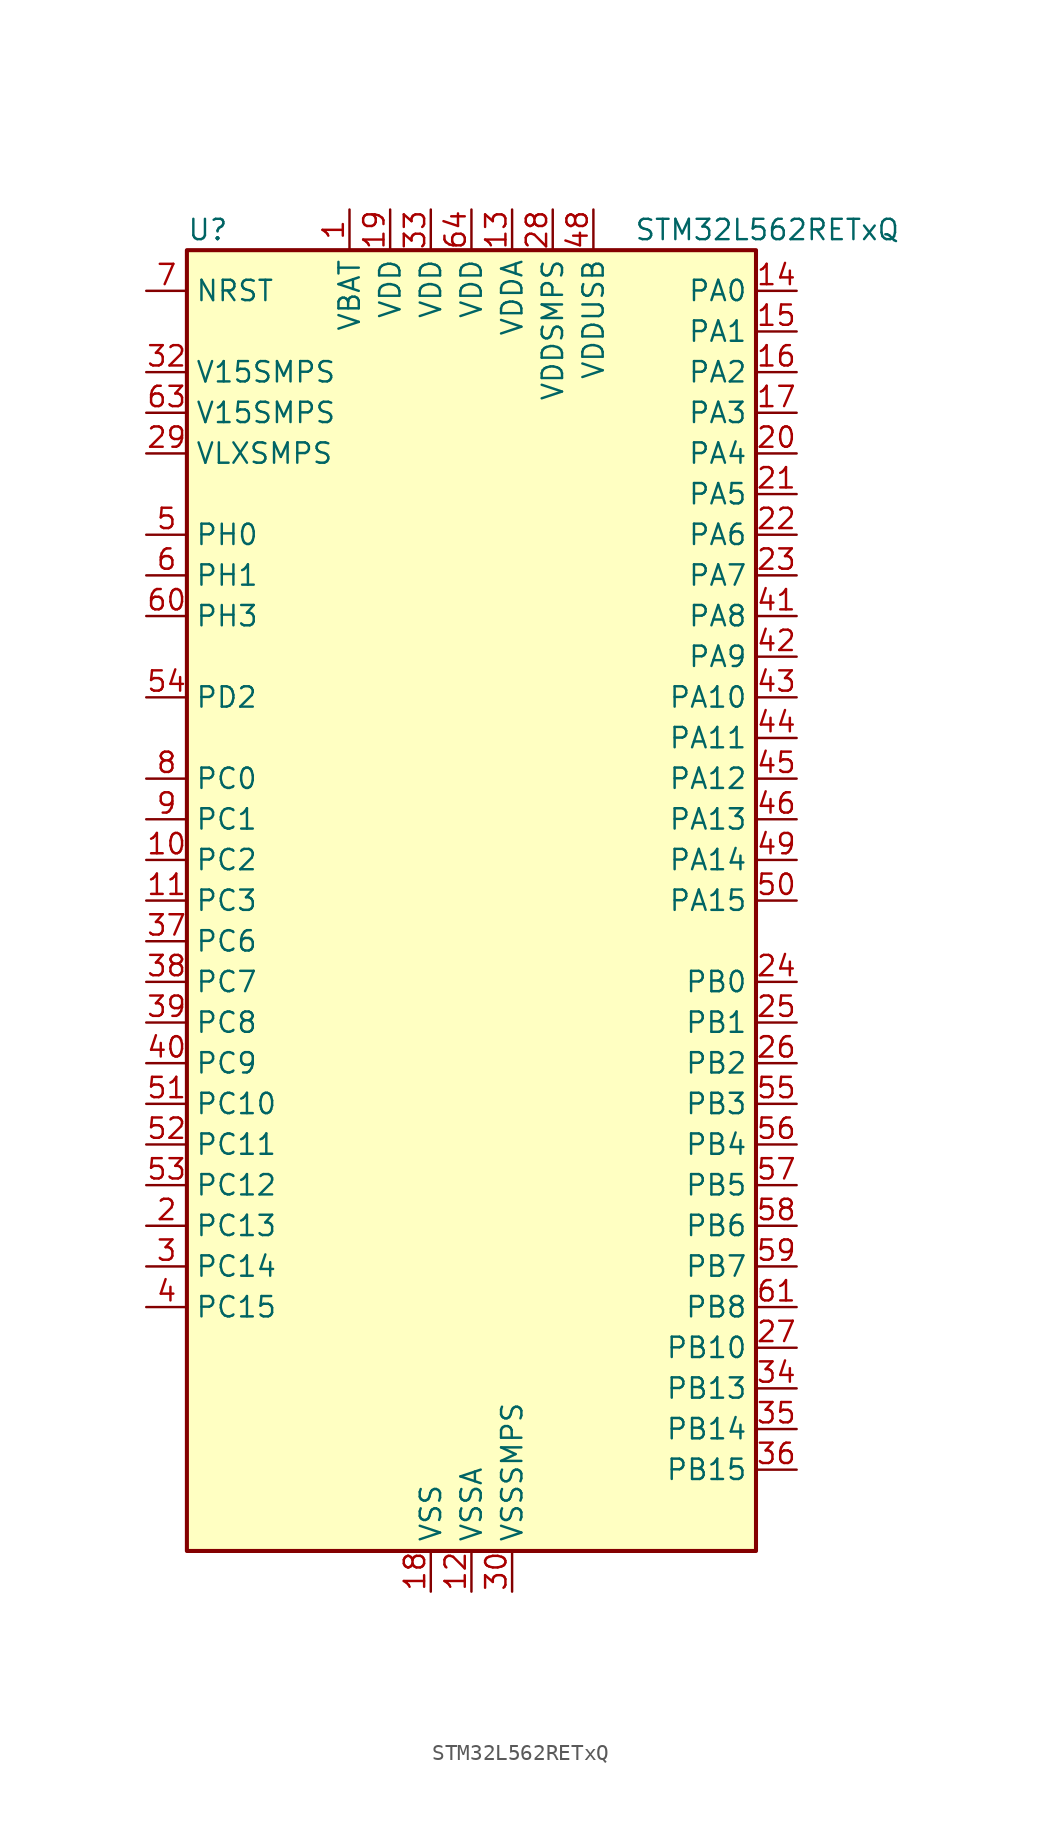
<source format=kicad_sym>
(kicad_symbol_lib
  (version 20231120)
  (generator "kicad_symbol_editor")
  (generator_version "8.0")
  (symbol "STM32L562RETxQ"
    (property "Reference" "U"
      (at -17.78 41.91 0)
      (effects (font (size 1.27 1.27)) (justify left)))
    (property "Value" "STM32L562RETxQ"
      (at 10.16 41.91 0)
      (effects (font (size 1.27 1.27)) (justify left)))
    (property "ki_locked" ""
      (at 0 0 0)
      (effects (font (size 1.27 1.27))))
    (symbol "STM32L562RETxQ_0_1"
      (rectangle (start -17.78 -40.64) (end 17.78 40.64) (stroke (width 0.254) (type default)) (fill (type background))))
    (symbol "STM32L562RETxQ_1_1"
      (pin power_in line (at -7.62 43.18 270) (length 2.54) (name "VBAT" (effects (font (size 1.27 1.27)))) (number "1" (effects (font (size 1.27 1.27)))))
      (pin bidirectional line (at -20.32 2.54 0) (length 2.54) (name "PC2" (effects (font (size 1.27 1.27)))) (number "10" (effects (font (size 1.27 1.27)))) (alternate "ADC1_IN3" bidirectional line) (alternate "ADC2_IN3" bidirectional line) (alternate "DFSDM1_CKOUT" bidirectional line) (alternate "LPTIM1_IN2" bidirectional line) (alternate "OCTOSPI1_IO5" bidirectional line) (alternate "SPI2_MISO" bidirectional line))
      (pin bidirectional line (at -20.32 0 0) (length 2.54) (name "PC3" (effects (font (size 1.27 1.27)))) (number "11" (effects (font (size 1.27 1.27)))) (alternate "ADC1_IN4" bidirectional line) (alternate "ADC2_IN4" bidirectional line) (alternate "LPTIM1_ETR" bidirectional line) (alternate "LPTIM2_ETR" bidirectional line) (alternate "LPTIM3_OUT" bidirectional line) (alternate "OCTOSPI1_IO6" bidirectional line) (alternate "SAI1_D1" bidirectional line) (alternate "SAI1_SD_A" bidirectional line) (alternate "SPI2_MOSI" bidirectional line))
      (pin power_in line (at 0 -43.18 90) (length 2.54) (name "VSSA" (effects (font (size 1.27 1.27)))) (number "12" (effects (font (size 1.27 1.27)))))
      (pin power_in line (at 2.54 43.18 270) (length 2.54) (name "VDDA" (effects (font (size 1.27 1.27)))) (number "13" (effects (font (size 1.27 1.27)))) (alternate "VREFBUF_OUT" bidirectional line))
      (pin bidirectional line (at 20.32 38.1 180) (length 2.54) (name "PA0" (effects (font (size 1.27 1.27)))) (number "14" (effects (font (size 1.27 1.27)))) (alternate "ADC1_IN5" bidirectional line) (alternate "ADC2_IN5" bidirectional line) (alternate "OPAMP1_VINP" bidirectional line) (alternate "PWR_WKUP1" bidirectional line) (alternate "SAI1_EXTCLK" bidirectional line) (alternate "TAMP_IN2" bidirectional line) (alternate "TAMP_OUT1" bidirectional line) (alternate "TIM2_CH1" bidirectional line) (alternate "TIM2_ETR" bidirectional line) (alternate "TIM5_CH1" bidirectional line) (alternate "TIM8_ETR" bidirectional line) (alternate "UART4_TX" bidirectional line) (alternate "USART2_CTS" bidirectional line) (alternate "USART2_NSS" bidirectional line))
      (pin bidirectional line (at 20.32 35.56 180) (length 2.54) (name "PA1" (effects (font (size 1.27 1.27)))) (number "15" (effects (font (size 1.27 1.27)))) (alternate "ADC1_IN6" bidirectional line) (alternate "ADC2_IN6" bidirectional line) (alternate "I2C1_SMBA" bidirectional line) (alternate "OCTOSPI1_DQS" bidirectional line) (alternate "OPAMP1_VINM" bidirectional line) (alternate "SPI1_SCK" bidirectional line) (alternate "TAMP_IN5" bidirectional line) (alternate "TAMP_OUT4" bidirectional line) (alternate "TIM15_CH1N" bidirectional line) (alternate "TIM2_CH2" bidirectional line) (alternate "TIM5_CH2" bidirectional line) (alternate "UART4_RX" bidirectional line) (alternate "USART2_DE" bidirectional line) (alternate "USART2_RTS" bidirectional line))
      (pin bidirectional line (at 20.32 33.02 180) (length 2.54) (name "PA2" (effects (font (size 1.27 1.27)))) (number "16" (effects (font (size 1.27 1.27)))) (alternate "ADC1_IN7" bidirectional line) (alternate "ADC2_IN7" bidirectional line) (alternate "COMP1_INP" bidirectional line) (alternate "LPUART1_TX" bidirectional line) (alternate "OCTOSPI1_NCS" bidirectional line) (alternate "PWR_WKUP4" bidirectional line) (alternate "RCC_LSCO" bidirectional line) (alternate "SAI2_EXTCLK" bidirectional line) (alternate "TIM15_CH1" bidirectional line) (alternate "TIM2_CH3" bidirectional line) (alternate "TIM5_CH3" bidirectional line) (alternate "UCPD1_FRSTX1" bidirectional line) (alternate "USART2_TX" bidirectional line))
      (pin bidirectional line (at 20.32 30.48 180) (length 2.54) (name "PA3" (effects (font (size 1.27 1.27)))) (number "17" (effects (font (size 1.27 1.27)))) (alternate "ADC1_IN8" bidirectional line) (alternate "ADC2_IN8" bidirectional line) (alternate "LPUART1_RX" bidirectional line) (alternate "OCTOSPI1_CLK" bidirectional line) (alternate "OPAMP1_VOUT" bidirectional line) (alternate "SAI1_CK1" bidirectional line) (alternate "SAI1_MCLK_A" bidirectional line) (alternate "TIM15_CH2" bidirectional line) (alternate "TIM2_CH4" bidirectional line) (alternate "TIM5_CH4" bidirectional line) (alternate "USART2_RX" bidirectional line))
      (pin power_in line (at -2.54 -43.18 90) (length 2.54) (name "VSS" (effects (font (size 1.27 1.27)))) (number "18" (effects (font (size 1.27 1.27)))))
      (pin power_in line (at -5.08 43.18 270) (length 2.54) (name "VDD" (effects (font (size 1.27 1.27)))) (number "19" (effects (font (size 1.27 1.27)))))
      (pin bidirectional line (at -20.32 -20.32 0) (length 2.54) (name "PC13" (effects (font (size 1.27 1.27)))) (number "2" (effects (font (size 1.27 1.27)))) (alternate "PWR_WKUP2" bidirectional line) (alternate "RTC_OUT1" bidirectional line) (alternate "RTC_TS" bidirectional line) (alternate "TAMP_IN1" bidirectional line) (alternate "TAMP_OUT2" bidirectional line))
      (pin bidirectional line (at 20.32 27.94 180) (length 2.54) (name "PA4" (effects (font (size 1.27 1.27)))) (number "20" (effects (font (size 1.27 1.27)))) (alternate "ADC1_IN9" bidirectional line) (alternate "ADC2_IN9" bidirectional line) (alternate "DAC1_OUT1" bidirectional line) (alternate "LPTIM2_OUT" bidirectional line) (alternate "OCTOSPI1_NCS" bidirectional line) (alternate "SAI1_FS_B" bidirectional line) (alternate "SPI1_NSS" bidirectional line) (alternate "SPI3_NSS" bidirectional line) (alternate "USART2_CK" bidirectional line))
      (pin bidirectional line (at 20.32 25.4 180) (length 2.54) (name "PA5" (effects (font (size 1.27 1.27)))) (number "21" (effects (font (size 1.27 1.27)))) (alternate "ADC1_IN10" bidirectional line) (alternate "ADC2_IN10" bidirectional line) (alternate "DAC1_OUT2" bidirectional line) (alternate "LPTIM2_ETR" bidirectional line) (alternate "SPI1_SCK" bidirectional line) (alternate "TIM2_CH1" bidirectional line) (alternate "TIM2_ETR" bidirectional line) (alternate "TIM8_CH1N" bidirectional line))
      (pin bidirectional line (at 20.32 22.86 180) (length 2.54) (name "PA6" (effects (font (size 1.27 1.27)))) (number "22" (effects (font (size 1.27 1.27)))) (alternate "ADC1_IN11" bidirectional line) (alternate "ADC2_IN11" bidirectional line) (alternate "LPUART1_CTS" bidirectional line) (alternate "OCTOSPI1_IO3" bidirectional line) (alternate "OPAMP2_VINP" bidirectional line) (alternate "SPI1_MISO" bidirectional line) (alternate "TIM16_CH1" bidirectional line) (alternate "TIM1_BKIN" bidirectional line) (alternate "TIM3_CH1" bidirectional line) (alternate "TIM8_BKIN" bidirectional line) (alternate "USART3_CTS" bidirectional line) (alternate "USART3_NSS" bidirectional line))
      (pin bidirectional line (at 20.32 20.32 180) (length 2.54) (name "PA7" (effects (font (size 1.27 1.27)))) (number "23" (effects (font (size 1.27 1.27)))) (alternate "ADC1_IN12" bidirectional line) (alternate "ADC2_IN12" bidirectional line) (alternate "I2C3_SCL" bidirectional line) (alternate "OCTOSPI1_IO2" bidirectional line) (alternate "OPAMP2_VINM" bidirectional line) (alternate "SPI1_MOSI" bidirectional line) (alternate "TIM17_CH1" bidirectional line) (alternate "TIM1_CH1N" bidirectional line) (alternate "TIM3_CH2" bidirectional line) (alternate "TIM8_CH1N" bidirectional line))
      (pin bidirectional line (at 20.32 -5.08 180) (length 2.54) (name "PB0" (effects (font (size 1.27 1.27)))) (number "24" (effects (font (size 1.27 1.27)))) (alternate "ADC1_IN15" bidirectional line) (alternate "ADC2_IN15" bidirectional line) (alternate "COMP1_OUT" bidirectional line) (alternate "OCTOSPI1_IO1" bidirectional line) (alternate "OPAMP2_VOUT" bidirectional line) (alternate "SAI1_EXTCLK" bidirectional line) (alternate "SPI1_NSS" bidirectional line) (alternate "TIM1_CH2N" bidirectional line) (alternate "TIM3_CH3" bidirectional line) (alternate "TIM8_CH2N" bidirectional line) (alternate "USART3_CK" bidirectional line))
      (pin bidirectional line (at 20.32 -7.62 180) (length 2.54) (name "PB1" (effects (font (size 1.27 1.27)))) (number "25" (effects (font (size 1.27 1.27)))) (alternate "ADC1_IN16" bidirectional line) (alternate "ADC2_IN16" bidirectional line) (alternate "COMP1_INM" bidirectional line) (alternate "DFSDM1_DATIN0" bidirectional line) (alternate "LPTIM2_IN1" bidirectional line) (alternate "LPUART1_DE" bidirectional line) (alternate "LPUART1_RTS" bidirectional line) (alternate "OCTOSPI1_IO0" bidirectional line) (alternate "TIM1_CH3N" bidirectional line) (alternate "TIM3_CH4" bidirectional line) (alternate "TIM8_CH3N" bidirectional line) (alternate "USART3_DE" bidirectional line) (alternate "USART3_RTS" bidirectional line))
      (pin bidirectional line (at 20.32 -10.16 180) (length 2.54) (name "PB2" (effects (font (size 1.27 1.27)))) (number "26" (effects (font (size 1.27 1.27)))) (alternate "COMP1_INP" bidirectional line) (alternate "DFSDM1_CKIN0" bidirectional line) (alternate "I2C3_SMBA" bidirectional line) (alternate "LPTIM1_OUT" bidirectional line) (alternate "OCTOSPI1_DQS" bidirectional line) (alternate "RTC_OUT2" bidirectional line) (alternate "UCPD1_FRSTX1" bidirectional line))
      (pin bidirectional line (at 20.32 -27.94 180) (length 2.54) (name "PB10" (effects (font (size 1.27 1.27)))) (number "27" (effects (font (size 1.27 1.27)))) (alternate "COMP1_OUT" bidirectional line) (alternate "I2C2_SCL" bidirectional line) (alternate "I2C4_SCL" bidirectional line) (alternate "LPTIM3_OUT" bidirectional line) (alternate "LPUART1_RX" bidirectional line) (alternate "OCTOSPI1_CLK" bidirectional line) (alternate "SAI1_SCK_A" bidirectional line) (alternate "SPI2_SCK" bidirectional line) (alternate "TIM2_CH3" bidirectional line) (alternate "TSC_SYNC" bidirectional line) (alternate "USART3_TX" bidirectional line))
      (pin power_in line (at 5.08 43.18 270) (length 2.54) (name "VDDSMPS" (effects (font (size 1.27 1.27)))) (number "28" (effects (font (size 1.27 1.27)))))
      (pin power_in line (at -20.32 27.94 0) (length 2.54) (name "VLXSMPS" (effects (font (size 1.27 1.27)))) (number "29" (effects (font (size 1.27 1.27)))))
      (pin bidirectional line (at -20.32 -22.86 0) (length 2.54) (name "PC14" (effects (font (size 1.27 1.27)))) (number "3" (effects (font (size 1.27 1.27)))) (alternate "RCC_OSC32_IN" bidirectional line))
      (pin power_in line (at 2.54 -43.18 90) (length 2.54) (name "VSSSMPS" (effects (font (size 1.27 1.27)))) (number "30" (effects (font (size 1.27 1.27)))))
      (pin passive line (at -2.54 -43.18 90) (length 2.54) hide (name "VSS" (effects (font (size 1.27 1.27)))) (number "31" (effects (font (size 1.27 1.27)))))
      (pin power_in line (at -20.32 33.02 0) (length 2.54) (name "V15SMPS" (effects (font (size 1.27 1.27)))) (number "32" (effects (font (size 1.27 1.27)))))
      (pin power_in line (at -2.54 43.18 270) (length 2.54) (name "VDD" (effects (font (size 1.27 1.27)))) (number "33" (effects (font (size 1.27 1.27)))))
      (pin bidirectional line (at 20.32 -30.48 180) (length 2.54) (name "PB13" (effects (font (size 1.27 1.27)))) (number "34" (effects (font (size 1.27 1.27)))) (alternate "DFSDM1_CKIN1" bidirectional line) (alternate "I2C2_SCL" bidirectional line) (alternate "LPTIM3_IN1" bidirectional line) (alternate "LPUART1_CTS" bidirectional line) (alternate "SAI2_SCK_A" bidirectional line) (alternate "SPI2_SCK" bidirectional line) (alternate "TIM15_CH1N" bidirectional line) (alternate "TIM1_CH1N" bidirectional line) (alternate "TSC_G1_IO2" bidirectional line) (alternate "UCPD1_FRSTX2" bidirectional line) (alternate "USART3_CTS" bidirectional line) (alternate "USART3_NSS" bidirectional line))
      (pin bidirectional line (at 20.32 -33.02 180) (length 2.54) (name "PB14" (effects (font (size 1.27 1.27)))) (number "35" (effects (font (size 1.27 1.27)))) (alternate "DFSDM1_DATIN2" bidirectional line) (alternate "I2C2_SDA" bidirectional line) (alternate "LPTIM3_ETR" bidirectional line) (alternate "SAI2_MCLK_A" bidirectional line) (alternate "SPI2_MISO" bidirectional line) (alternate "TIM15_CH1" bidirectional line) (alternate "TIM1_CH2N" bidirectional line) (alternate "TIM8_CH2N" bidirectional line) (alternate "TSC_G1_IO3" bidirectional line) (alternate "UCPD1_DBCC2" bidirectional line) (alternate "USART3_DE" bidirectional line) (alternate "USART3_RTS" bidirectional line))
      (pin bidirectional line (at 20.32 -35.56 180) (length 2.54) (name "PB15" (effects (font (size 1.27 1.27)))) (number "36" (effects (font (size 1.27 1.27)))) (alternate "ADC1_EXTI15" bidirectional line) (alternate "ADC2_EXTI15" bidirectional line) (alternate "DFSDM1_CKIN2" bidirectional line) (alternate "RTC_REFIN" bidirectional line) (alternate "SAI2_SD_A" bidirectional line) (alternate "SPI2_MOSI" bidirectional line) (alternate "TIM15_CH2" bidirectional line) (alternate "TIM1_CH3N" bidirectional line) (alternate "TIM8_CH3N" bidirectional line) (alternate "UCPD1_CC2" bidirectional line))
      (pin bidirectional line (at -20.32 -2.54 0) (length 2.54) (name "PC6" (effects (font (size 1.27 1.27)))) (number "37" (effects (font (size 1.27 1.27)))) (alternate "DFSDM1_CKIN3" bidirectional line) (alternate "SAI2_MCLK_A" bidirectional line) (alternate "SDMMC1_D0DIR" bidirectional line) (alternate "SDMMC1_D6" bidirectional line) (alternate "TIM3_CH1" bidirectional line) (alternate "TIM8_CH1" bidirectional line) (alternate "TSC_G4_IO1" bidirectional line))
      (pin bidirectional line (at -20.32 -5.08 0) (length 2.54) (name "PC7" (effects (font (size 1.27 1.27)))) (number "38" (effects (font (size 1.27 1.27)))) (alternate "DFSDM1_DATIN3" bidirectional line) (alternate "SAI2_MCLK_B" bidirectional line) (alternate "SDMMC1_D123DIR" bidirectional line) (alternate "SDMMC1_D7" bidirectional line) (alternate "TIM3_CH2" bidirectional line) (alternate "TIM8_CH2" bidirectional line) (alternate "TSC_G4_IO2" bidirectional line))
      (pin bidirectional line (at -20.32 -7.62 0) (length 2.54) (name "PC8" (effects (font (size 1.27 1.27)))) (number "39" (effects (font (size 1.27 1.27)))) (alternate "SDMMC1_D0" bidirectional line) (alternate "TIM3_CH3" bidirectional line) (alternate "TIM8_CH3" bidirectional line) (alternate "TSC_G4_IO3" bidirectional line))
      (pin bidirectional line (at -20.32 -25.4 0) (length 2.54) (name "PC15" (effects (font (size 1.27 1.27)))) (number "4" (effects (font (size 1.27 1.27)))) (alternate "ADC1_EXTI15" bidirectional line) (alternate "ADC2_EXTI15" bidirectional line) (alternate "RCC_OSC32_OUT" bidirectional line))
      (pin bidirectional line (at -20.32 -10.16 0) (length 2.54) (name "PC9" (effects (font (size 1.27 1.27)))) (number "40" (effects (font (size 1.27 1.27)))) (alternate "DAC1_EXTI9" bidirectional line) (alternate "DEBUG_TRACED0" bidirectional line) (alternate "SAI2_EXTCLK" bidirectional line) (alternate "SDMMC1_D1" bidirectional line) (alternate "TIM3_CH4" bidirectional line) (alternate "TIM8_BKIN2" bidirectional line) (alternate "TIM8_CH4" bidirectional line) (alternate "TSC_G4_IO4" bidirectional line) (alternate "USB_NOE" bidirectional line))
      (pin bidirectional line (at 20.32 17.78 180) (length 2.54) (name "PA8" (effects (font (size 1.27 1.27)))) (number "41" (effects (font (size 1.27 1.27)))) (alternate "LPTIM2_OUT" bidirectional line) (alternate "RCC_MCO" bidirectional line) (alternate "SAI1_CK2" bidirectional line) (alternate "SAI1_SCK_A" bidirectional line) (alternate "TIM1_CH1" bidirectional line) (alternate "USART1_CK" bidirectional line))
      (pin bidirectional line (at 20.32 15.24 180) (length 2.54) (name "PA9" (effects (font (size 1.27 1.27)))) (number "42" (effects (font (size 1.27 1.27)))) (alternate "DAC1_EXTI9" bidirectional line) (alternate "SAI1_FS_A" bidirectional line) (alternate "SPI2_SCK" bidirectional line) (alternate "TIM15_BKIN" bidirectional line) (alternate "TIM1_CH2" bidirectional line) (alternate "USART1_TX" bidirectional line))
      (pin bidirectional line (at 20.32 12.7 180) (length 2.54) (name "PA10" (effects (font (size 1.27 1.27)))) (number "43" (effects (font (size 1.27 1.27)))) (alternate "CRS_SYNC" bidirectional line) (alternate "SAI1_D1" bidirectional line) (alternate "SAI1_SD_A" bidirectional line) (alternate "TIM17_BKIN" bidirectional line) (alternate "TIM1_CH3" bidirectional line) (alternate "USART1_RX" bidirectional line))
      (pin bidirectional line (at 20.32 10.16 180) (length 2.54) (name "PA11" (effects (font (size 1.27 1.27)))) (number "44" (effects (font (size 1.27 1.27)))) (alternate "ADC1_EXTI11" bidirectional line) (alternate "ADC2_EXTI11" bidirectional line) (alternate "FDCAN1_RX" bidirectional line) (alternate "SPI1_MISO" bidirectional line) (alternate "TIM1_BKIN2" bidirectional line) (alternate "TIM1_CH4" bidirectional line) (alternate "USART1_CTS" bidirectional line) (alternate "USART1_NSS" bidirectional line) (alternate "USB_DM" bidirectional line))
      (pin bidirectional line (at 20.32 7.62 180) (length 2.54) (name "PA12" (effects (font (size 1.27 1.27)))) (number "45" (effects (font (size 1.27 1.27)))) (alternate "FDCAN1_TX" bidirectional line) (alternate "SPI1_MOSI" bidirectional line) (alternate "TIM1_ETR" bidirectional line) (alternate "USART1_DE" bidirectional line) (alternate "USART1_RTS" bidirectional line) (alternate "USB_DP" bidirectional line))
      (pin bidirectional line (at 20.32 5.08 180) (length 2.54) (name "PA13" (effects (font (size 1.27 1.27)))) (number "46" (effects (font (size 1.27 1.27)))) (alternate "DEBUG_JTMS-SWDIO" bidirectional line) (alternate "IR_OUT" bidirectional line) (alternate "SAI1_SD_B" bidirectional line) (alternate "USB_NOE" bidirectional line))
      (pin passive line (at -2.54 -43.18 90) (length 2.54) hide (name "VSS" (effects (font (size 1.27 1.27)))) (number "47" (effects (font (size 1.27 1.27)))))
      (pin power_in line (at 7.62 43.18 270) (length 2.54) (name "VDDUSB" (effects (font (size 1.27 1.27)))) (number "48" (effects (font (size 1.27 1.27)))))
      (pin bidirectional line (at 20.32 2.54 180) (length 2.54) (name "PA14" (effects (font (size 1.27 1.27)))) (number "49" (effects (font (size 1.27 1.27)))) (alternate "DEBUG_JTCK-SWCLK" bidirectional line) (alternate "I2C1_SMBA" bidirectional line) (alternate "I2C4_SMBA" bidirectional line) (alternate "LPTIM1_OUT" bidirectional line) (alternate "SAI1_FS_B" bidirectional line))
      (pin bidirectional line (at -20.32 22.86 0) (length 2.54) (name "PH0" (effects (font (size 1.27 1.27)))) (number "5" (effects (font (size 1.27 1.27)))) (alternate "RCC_OSC_IN" bidirectional line))
      (pin bidirectional line (at 20.32 0 180) (length 2.54) (name "PA15" (effects (font (size 1.27 1.27)))) (number "50" (effects (font (size 1.27 1.27)))) (alternate "ADC1_EXTI15" bidirectional line) (alternate "ADC2_EXTI15" bidirectional line) (alternate "DEBUG_JTDI" bidirectional line) (alternate "SAI2_FS_B" bidirectional line) (alternate "SPI1_NSS" bidirectional line) (alternate "SPI3_NSS" bidirectional line) (alternate "TIM2_CH1" bidirectional line) (alternate "TIM2_ETR" bidirectional line) (alternate "UART4_DE" bidirectional line) (alternate "UART4_RTS" bidirectional line) (alternate "UCPD1_CC1" bidirectional line) (alternate "USART2_RX" bidirectional line) (alternate "USART3_DE" bidirectional line) (alternate "USART3_RTS" bidirectional line))
      (pin bidirectional line (at -20.32 -12.7 0) (length 2.54) (name "PC10" (effects (font (size 1.27 1.27)))) (number "51" (effects (font (size 1.27 1.27)))) (alternate "DEBUG_TRACED1" bidirectional line) (alternate "LPTIM3_ETR" bidirectional line) (alternate "SAI2_SCK_B" bidirectional line) (alternate "SDMMC1_D2" bidirectional line) (alternate "SPI3_SCK" bidirectional line) (alternate "TSC_G3_IO2" bidirectional line) (alternate "UART4_TX" bidirectional line) (alternate "USART3_TX" bidirectional line))
      (pin bidirectional line (at -20.32 -15.24 0) (length 2.54) (name "PC11" (effects (font (size 1.27 1.27)))) (number "52" (effects (font (size 1.27 1.27)))) (alternate "ADC1_EXTI11" bidirectional line) (alternate "ADC2_EXTI11" bidirectional line) (alternate "LPTIM3_IN1" bidirectional line) (alternate "OCTOSPI1_NCS" bidirectional line) (alternate "SAI2_MCLK_B" bidirectional line) (alternate "SDMMC1_D3" bidirectional line) (alternate "SPI3_MISO" bidirectional line) (alternate "TSC_G3_IO3" bidirectional line) (alternate "UART4_RX" bidirectional line) (alternate "UCPD1_FRSTX2" bidirectional line) (alternate "USART3_RX" bidirectional line))
      (pin bidirectional line (at -20.32 -17.78 0) (length 2.54) (name "PC12" (effects (font (size 1.27 1.27)))) (number "53" (effects (font (size 1.27 1.27)))) (alternate "DEBUG_TRACED3" bidirectional line) (alternate "SAI2_SD_B" bidirectional line) (alternate "SDMMC1_CK" bidirectional line) (alternate "SPI3_MOSI" bidirectional line) (alternate "TSC_G3_IO4" bidirectional line) (alternate "UART5_TX" bidirectional line) (alternate "USART3_CK" bidirectional line))
      (pin bidirectional line (at -20.32 12.7 0) (length 2.54) (name "PD2" (effects (font (size 1.27 1.27)))) (number "54" (effects (font (size 1.27 1.27)))) (alternate "DEBUG_TRACED2" bidirectional line) (alternate "SDMMC1_CMD" bidirectional line) (alternate "TIM3_ETR" bidirectional line) (alternate "TSC_SYNC" bidirectional line) (alternate "UART5_RX" bidirectional line) (alternate "USART3_DE" bidirectional line) (alternate "USART3_RTS" bidirectional line))
      (pin bidirectional line (at 20.32 -12.7 180) (length 2.54) (name "PB3" (effects (font (size 1.27 1.27)))) (number "55" (effects (font (size 1.27 1.27)))) (alternate "COMP2_INM" bidirectional line) (alternate "CRS_SYNC" bidirectional line) (alternate "DEBUG_JTDO-SWO" bidirectional line) (alternate "SAI1_SCK_B" bidirectional line) (alternate "SPI1_SCK" bidirectional line) (alternate "SPI3_SCK" bidirectional line) (alternate "TIM2_CH2" bidirectional line) (alternate "USART1_DE" bidirectional line) (alternate "USART1_RTS" bidirectional line))
      (pin bidirectional line (at 20.32 -15.24 180) (length 2.54) (name "PB4" (effects (font (size 1.27 1.27)))) (number "56" (effects (font (size 1.27 1.27)))) (alternate "COMP2_INP" bidirectional line) (alternate "DEBUG_JTRST" bidirectional line) (alternate "I2C3_SDA" bidirectional line) (alternate "SAI1_MCLK_B" bidirectional line) (alternate "SPI1_MISO" bidirectional line) (alternate "SPI3_MISO" bidirectional line) (alternate "TIM17_BKIN" bidirectional line) (alternate "TIM3_CH1" bidirectional line) (alternate "TSC_G2_IO1" bidirectional line) (alternate "UART5_DE" bidirectional line) (alternate "UART5_RTS" bidirectional line) (alternate "USART1_CTS" bidirectional line) (alternate "USART1_NSS" bidirectional line))
      (pin bidirectional line (at 20.32 -17.78 180) (length 2.54) (name "PB5" (effects (font (size 1.27 1.27)))) (number "57" (effects (font (size 1.27 1.27)))) (alternate "COMP2_OUT" bidirectional line) (alternate "I2C1_SMBA" bidirectional line) (alternate "LPTIM1_IN1" bidirectional line) (alternate "OCTOSPI1_NCLK" bidirectional line) (alternate "SAI1_SD_B" bidirectional line) (alternate "SPI1_MOSI" bidirectional line) (alternate "SPI3_MOSI" bidirectional line) (alternate "TIM16_BKIN" bidirectional line) (alternate "TIM3_CH2" bidirectional line) (alternate "TSC_G2_IO2" bidirectional line) (alternate "UART5_CTS" bidirectional line) (alternate "UCPD1_DBCC1" bidirectional line) (alternate "USART1_CK" bidirectional line))
      (pin bidirectional line (at 20.32 -20.32 180) (length 2.54) (name "PB6" (effects (font (size 1.27 1.27)))) (number "58" (effects (font (size 1.27 1.27)))) (alternate "COMP2_INP" bidirectional line) (alternate "I2C1_SCL" bidirectional line) (alternate "I2C4_SCL" bidirectional line) (alternate "LPTIM1_ETR" bidirectional line) (alternate "SAI1_FS_B" bidirectional line) (alternate "TIM16_CH1N" bidirectional line) (alternate "TIM4_CH1" bidirectional line) (alternate "TIM8_BKIN2" bidirectional line) (alternate "TSC_G2_IO3" bidirectional line) (alternate "USART1_TX" bidirectional line))
      (pin bidirectional line (at 20.32 -22.86 180) (length 2.54) (name "PB7" (effects (font (size 1.27 1.27)))) (number "59" (effects (font (size 1.27 1.27)))) (alternate "COMP2_INM" bidirectional line) (alternate "I2C1_SDA" bidirectional line) (alternate "I2C4_SDA" bidirectional line) (alternate "LPTIM1_IN2" bidirectional line) (alternate "PWR_PVD_IN" bidirectional line) (alternate "TIM17_CH1N" bidirectional line) (alternate "TIM4_CH2" bidirectional line) (alternate "TIM8_BKIN" bidirectional line) (alternate "TSC_G2_IO4" bidirectional line) (alternate "UART4_CTS" bidirectional line) (alternate "USART1_RX" bidirectional line))
      (pin bidirectional line (at -20.32 20.32 0) (length 2.54) (name "PH1" (effects (font (size 1.27 1.27)))) (number "6" (effects (font (size 1.27 1.27)))) (alternate "RCC_OSC_OUT" bidirectional line))
      (pin bidirectional line (at -20.32 17.78 0) (length 2.54) (name "PH3" (effects (font (size 1.27 1.27)))) (number "60" (effects (font (size 1.27 1.27)))))
      (pin bidirectional line (at 20.32 -25.4 180) (length 2.54) (name "PB8" (effects (font (size 1.27 1.27)))) (number "61" (effects (font (size 1.27 1.27)))) (alternate "DFSDM1_CKOUT" bidirectional line) (alternate "FDCAN1_RX" bidirectional line) (alternate "I2C1_SCL" bidirectional line) (alternate "SAI1_CK1" bidirectional line) (alternate "SAI1_MCLK_A" bidirectional line) (alternate "SDMMC1_CKIN" bidirectional line) (alternate "SDMMC1_D4" bidirectional line) (alternate "TIM16_CH1" bidirectional line) (alternate "TIM4_CH3" bidirectional line))
      (pin passive line (at -2.54 -43.18 90) (length 2.54) hide (name "VSS" (effects (font (size 1.27 1.27)))) (number "62" (effects (font (size 1.27 1.27)))))
      (pin power_in line (at -20.32 30.48 0) (length 2.54) (name "V15SMPS" (effects (font (size 1.27 1.27)))) (number "63" (effects (font (size 1.27 1.27)))))
      (pin power_in line (at 0 43.18 270) (length 2.54) (name "VDD" (effects (font (size 1.27 1.27)))) (number "64" (effects (font (size 1.27 1.27)))))
      (pin input line (at -20.32 38.1 0) (length 2.54) (name "NRST" (effects (font (size 1.27 1.27)))) (number "7" (effects (font (size 1.27 1.27)))))
      (pin bidirectional line (at -20.32 7.62 0) (length 2.54) (name "PC0" (effects (font (size 1.27 1.27)))) (number "8" (effects (font (size 1.27 1.27)))) (alternate "ADC1_IN1" bidirectional line) (alternate "ADC2_IN1" bidirectional line) (alternate "I2C3_SCL" bidirectional line) (alternate "LPTIM1_IN1" bidirectional line) (alternate "LPTIM2_IN1" bidirectional line) (alternate "LPUART1_RX" bidirectional line) (alternate "OCTOSPI1_IO7" bidirectional line) (alternate "SAI2_FS_A" bidirectional line) (alternate "SDMMC1_D5" bidirectional line))
      (pin bidirectional line (at -20.32 5.08 0) (length 2.54) (name "PC1" (effects (font (size 1.27 1.27)))) (number "9" (effects (font (size 1.27 1.27)))) (alternate "ADC1_IN2" bidirectional line) (alternate "ADC2_IN2" bidirectional line) (alternate "DEBUG_TRACED0" bidirectional line) (alternate "I2C3_SDA" bidirectional line) (alternate "LPTIM1_OUT" bidirectional line) (alternate "LPUART1_TX" bidirectional line) (alternate "OCTOSPI1_IO4" bidirectional line) (alternate "SAI1_SD_A" bidirectional line) (alternate "SPI2_MOSI" bidirectional line)))))
</source>
